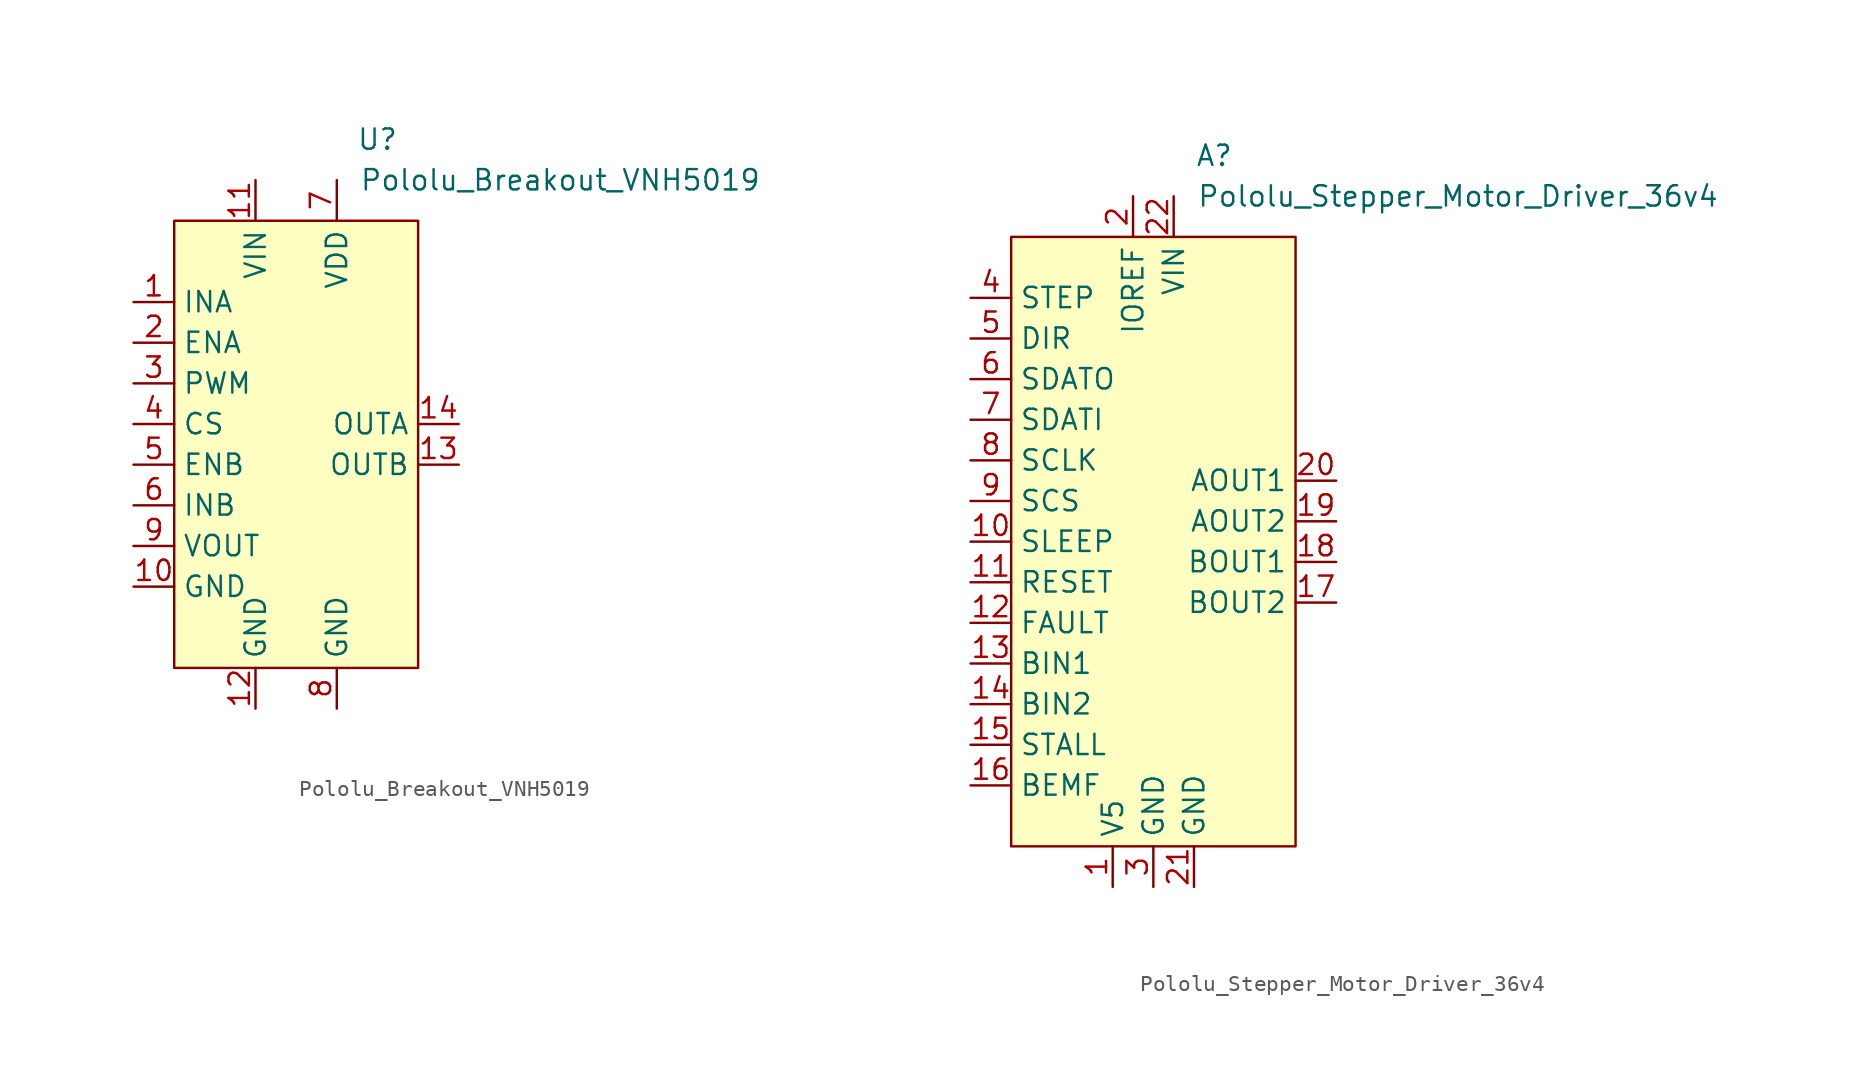
<source format=kicad_sym>
(kicad_symbol_lib
  (version 20211014)
  (generator kicad_symbol_editor)
  (symbol "Pololu_Breakout_VNH5019"
    (property "Reference" "U"
      (at 5.08 19.05 0)
      (effects (font (size 1.27 1.27))))
    (property "Value" "Pololu_Breakout_VNH5019"
      (at 16.51 16.51 0)
      (effects (font (size 1.27 1.27))))
    (symbol "Pololu_Breakout_VNH5019_0_1"
      (rectangle (start -7.62 13.97) (end 7.62 -13.97) (stroke (width 0) (type default) (color 0 0 0 0)) (fill (type background))))
    (symbol "Pololu_Breakout_VNH5019_1_1"
      (pin input line (at -10.16 8.89 0) (length 2.54) (name "INA" (effects (font (size 1.27 1.27)))) (number "1" (effects (font (size 1.27 1.27)))))
      (pin power_out line (at -10.16 -8.89 0) (length 2.54) (name "GND" (effects (font (size 1.27 1.27)))) (number "10" (effects (font (size 1.27 1.27)))))
      (pin power_in line (at -2.54 16.51 270) (length 2.54) (name "VIN" (effects (font (size 1.27 1.27)))) (number "11" (effects (font (size 1.27 1.27)))))
      (pin power_out line (at -2.54 -16.51 90) (length 2.54) (name "GND" (effects (font (size 1.27 1.27)))) (number "12" (effects (font (size 1.27 1.27)))))
      (pin output line (at 10.16 -1.27 180) (length 2.54) (name "OUTB" (effects (font (size 1.27 1.27)))) (number "13" (effects (font (size 1.27 1.27)))))
      (pin output line (at 10.16 1.27 180) (length 2.54) (name "OUTA" (effects (font (size 1.27 1.27)))) (number "14" (effects (font (size 1.27 1.27)))))
      (pin unspecified line (at -10.16 6.35 0) (length 2.54) (name "ENA" (effects (font (size 1.27 1.27)))) (number "2" (effects (font (size 1.27 1.27)))))
      (pin input line (at -10.16 3.81 0) (length 2.54) (name "PWM" (effects (font (size 1.27 1.27)))) (number "3" (effects (font (size 1.27 1.27)))))
      (pin input line (at -10.16 1.27 0) (length 2.54) (name "CS" (effects (font (size 1.27 1.27)))) (number "4" (effects (font (size 1.27 1.27)))))
      (pin unspecified line (at -10.16 -1.27 0) (length 2.54) (name "ENB" (effects (font (size 1.27 1.27)))) (number "5" (effects (font (size 1.27 1.27)))))
      (pin input line (at -10.16 -3.81 0) (length 2.54) (name "INB" (effects (font (size 1.27 1.27)))) (number "6" (effects (font (size 1.27 1.27)))))
      (pin power_in line (at 2.54 16.51 270) (length 2.54) (name "VDD" (effects (font (size 1.27 1.27)))) (number "7" (effects (font (size 1.27 1.27)))))
      (pin power_out line (at 2.54 -16.51 90) (length 2.54) (name "GND" (effects (font (size 1.27 1.27)))) (number "8" (effects (font (size 1.27 1.27)))))
      (pin output line (at -10.16 -6.35 0) (length 2.54) (name "VOUT" (effects (font (size 1.27 1.27)))) (number "9" (effects (font (size 1.27 1.27)))))))
  (symbol "Pololu_Stepper_Motor_Driver_36v4"
    (property "Reference" "A"
      (at 3.81 24.13 0)
      (effects (font (size 1.27 1.27))))
    (property "Value" "Pololu_Stepper_Motor_Driver_36v4"
      (at 19.05 21.59 0)
      (effects (font (size 1.27 1.27))))
    (symbol "Pololu_Stepper_Motor_Driver_36v4_0_1"
      (rectangle (start -8.89 19.05) (end 8.89 -19.05) (stroke (width 0) (type default) (color 0 0 0 0)) (fill (type background))))
    (symbol "Pololu_Stepper_Motor_Driver_36v4_1_1"
      (pin power_out line (at -2.54 -21.59 90) (length 2.54) (name "V5" (effects (font (size 1.27 1.27)))) (number "1" (effects (font (size 1.27 1.27)))))
      (pin input line (at -11.43 0 0) (length 2.54) (name "SLEEP" (effects (font (size 1.27 1.27)))) (number "10" (effects (font (size 1.27 1.27)))))
      (pin input line (at -11.43 -2.54 0) (length 2.54) (name "RESET" (effects (font (size 1.27 1.27)))) (number "11" (effects (font (size 1.27 1.27)))))
      (pin input line (at -11.43 -5.08 0) (length 2.54) (name "FAULT" (effects (font (size 1.27 1.27)))) (number "12" (effects (font (size 1.27 1.27)))))
      (pin unspecified line (at -11.43 -7.62 0) (length 2.54) (name "BIN1" (effects (font (size 1.27 1.27)))) (number "13" (effects (font (size 1.27 1.27)))))
      (pin unspecified line (at -11.43 -10.16 0) (length 2.54) (name "BIN2" (effects (font (size 1.27 1.27)))) (number "14" (effects (font (size 1.27 1.27)))))
      (pin unspecified line (at -11.43 -12.7 0) (length 2.54) (name "STALL" (effects (font (size 1.27 1.27)))) (number "15" (effects (font (size 1.27 1.27)))))
      (pin unspecified line (at -11.43 -15.24 0) (length 2.54) (name "BEMF" (effects (font (size 1.27 1.27)))) (number "16" (effects (font (size 1.27 1.27)))))
      (pin output line (at 11.43 -3.81 180) (length 2.54) (name "BOUT2" (effects (font (size 1.27 1.27)))) (number "17" (effects (font (size 1.27 1.27)))))
      (pin output line (at 11.43 -1.27 180) (length 2.54) (name "BOUT1" (effects (font (size 1.27 1.27)))) (number "18" (effects (font (size 1.27 1.27)))))
      (pin output line (at 11.43 1.27 180) (length 2.54) (name "AOUT2" (effects (font (size 1.27 1.27)))) (number "19" (effects (font (size 1.27 1.27)))))
      (pin power_in line (at -1.27 21.59 270) (length 2.54) (name "IOREF" (effects (font (size 1.27 1.27)))) (number "2" (effects (font (size 1.27 1.27)))))
      (pin output line (at 11.43 3.81 180) (length 2.54) (name "AOUT1" (effects (font (size 1.27 1.27)))) (number "20" (effects (font (size 1.27 1.27)))))
      (pin power_out line (at 2.54 -21.59 90) (length 2.54) (name "GND" (effects (font (size 1.27 1.27)))) (number "21" (effects (font (size 1.27 1.27)))))
      (pin power_in line (at 1.27 21.59 270) (length 2.54) (name "VIN" (effects (font (size 1.27 1.27)))) (number "22" (effects (font (size 1.27 1.27)))))
      (pin power_out line (at 0 -21.59 90) (length 2.54) (name "GND" (effects (font (size 1.27 1.27)))) (number "3" (effects (font (size 1.27 1.27)))))
      (pin input line (at -11.43 15.24 0) (length 2.54) (name "STEP" (effects (font (size 1.27 1.27)))) (number "4" (effects (font (size 1.27 1.27)))))
      (pin input line (at -11.43 12.7 0) (length 2.54) (name "DIR" (effects (font (size 1.27 1.27)))) (number "5" (effects (font (size 1.27 1.27)))))
      (pin output line (at -11.43 10.16 0) (length 2.54) (name "SDATO" (effects (font (size 1.27 1.27)))) (number "6" (effects (font (size 1.27 1.27)))))
      (pin input line (at -11.43 7.62 0) (length 2.54) (name "SDATI" (effects (font (size 1.27 1.27)))) (number "7" (effects (font (size 1.27 1.27)))))
      (pin input line (at -11.43 5.08 0) (length 2.54) (name "SCLK" (effects (font (size 1.27 1.27)))) (number "8" (effects (font (size 1.27 1.27)))))
      (pin input line (at -11.43 2.54 0) (length 2.54) (name "SCS" (effects (font (size 1.27 1.27)))) (number "9" (effects (font (size 1.27 1.27))))))))
</source>
